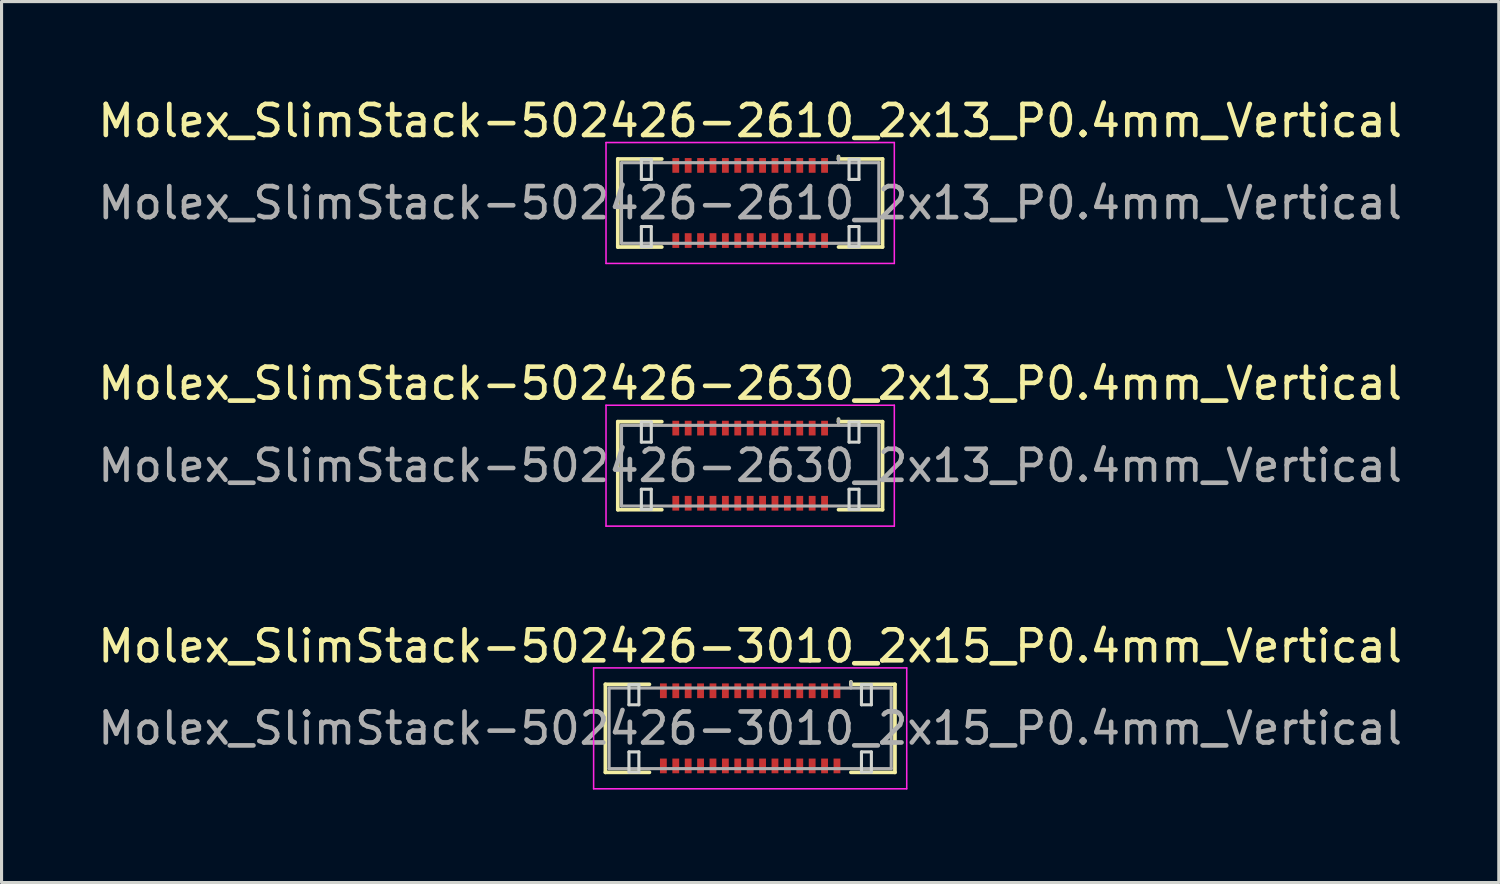
<source format=kicad_pcb>
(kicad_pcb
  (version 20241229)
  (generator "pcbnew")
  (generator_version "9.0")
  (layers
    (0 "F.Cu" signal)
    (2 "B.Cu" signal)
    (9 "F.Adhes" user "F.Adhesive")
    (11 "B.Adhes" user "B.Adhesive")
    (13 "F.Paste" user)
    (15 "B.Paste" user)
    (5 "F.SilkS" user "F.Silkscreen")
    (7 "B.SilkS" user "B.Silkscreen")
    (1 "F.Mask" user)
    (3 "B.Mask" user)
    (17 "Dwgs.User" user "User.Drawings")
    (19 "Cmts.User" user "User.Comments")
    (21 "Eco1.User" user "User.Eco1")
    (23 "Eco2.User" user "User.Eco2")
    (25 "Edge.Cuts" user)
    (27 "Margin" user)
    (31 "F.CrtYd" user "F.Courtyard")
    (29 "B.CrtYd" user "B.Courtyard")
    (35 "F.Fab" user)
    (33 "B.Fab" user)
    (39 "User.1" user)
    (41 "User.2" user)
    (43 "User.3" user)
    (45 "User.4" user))
  (footprint "Molex_SlimStack-502426-2630_2x13_P0.4mm_Vertical"
    (layer "F.Cu")
    (at 21.149 11.972)
    (property "Reference" "Molex_SlimStack-502426-2630_2x13_P0.4mm_Vertical" (at 0 -2.65 0) (layer "F.SilkS") (effects (font (size 1 1) (thickness 0.15))))
    (attr smd)
    (fp_line (start -4.27 -1.42) (end -2.85 -1.42) (stroke (width 0.12) (type solid)) (layer "F.SilkS"))
    (fp_line (start -4.27 1.42) (end -4.27 -1.42) (stroke (width 0.12) (type solid)) (layer "F.SilkS"))
    (fp_line (start -2.85 1.42) (end -4.27 1.42) (stroke (width 0.12) (type solid)) (layer "F.SilkS"))
    (fp_line (start 2.85 -1.42) (end 2.85 -1.5) (stroke (width 0.12) (type solid)) (layer "F.SilkS"))
    (fp_line (start 2.85 1.42) (end 4.27 1.42) (stroke (width 0.12) (type solid)) (layer "F.SilkS"))
    (fp_line (start 4.27 -1.42) (end 2.85 -1.42) (stroke (width 0.12) (type solid)) (layer "F.SilkS"))
    (fp_line (start 4.27 1.42) (end 4.27 -1.42) (stroke (width 0.12) (type solid)) (layer "F.SilkS"))
    (fp_line (start -3.51 -1.41) (end -3.51 -0.76) (stroke (width 0.1) (type solid)) (layer "Edge.Cuts"))
    (fp_line (start -3.51 -0.76) (end -3.19 -0.76) (stroke (width 0.1) (type solid)) (layer "Edge.Cuts"))
    (fp_line (start -3.51 0.76) (end -3.51 1.41) (stroke (width 0.1) (type solid)) (layer "Edge.Cuts"))
    (fp_line (start -3.51 1.41) (end -3.19 1.41) (stroke (width 0.1) (type solid)) (layer "Edge.Cuts"))
    (fp_line (start -3.19 -1.41) (end -3.51 -1.41) (stroke (width 0.1) (type solid)) (layer "Edge.Cuts"))
    (fp_line (start -3.19 -0.76) (end -3.19 -1.41) (stroke (width 0.1) (type solid)) (layer "Edge.Cuts"))
    (fp_line (start -3.19 0.76) (end -3.51 0.76) (stroke (width 0.1) (type solid)) (layer "Edge.Cuts"))
    (fp_line (start -3.19 1.41) (end -3.19 0.76) (stroke (width 0.1) (type solid)) (layer "Edge.Cuts"))
    (fp_line (start 3.19 -1.41) (end 3.19 -0.76) (stroke (width 0.1) (type solid)) (layer "Edge.Cuts"))
    (fp_line (start 3.19 -0.76) (end 3.51 -0.76) (stroke (width 0.1) (type solid)) (layer "Edge.Cuts"))
    (fp_line (start 3.19 0.76) (end 3.19 1.41) (stroke (width 0.1) (type solid)) (layer "Edge.Cuts"))
    (fp_line (start 3.19 1.41) (end 3.51 1.41) (stroke (width 0.1) (type solid)) (layer "Edge.Cuts"))
    (fp_line (start 3.51 -1.41) (end 3.19 -1.41) (stroke (width 0.1) (type solid)) (layer "Edge.Cuts"))
    (fp_line (start 3.51 -0.76) (end 3.51 -1.41) (stroke (width 0.1) (type solid)) (layer "Edge.Cuts"))
    (fp_line (start 3.51 0.76) (end 3.19 0.76) (stroke (width 0.1) (type solid)) (layer "Edge.Cuts"))
    (fp_line (start 3.51 1.41) (end 3.51 0.76) (stroke (width 0.1) (type solid)) (layer "Edge.Cuts"))
    (fp_line (start -4.65 -1.95) (end -4.65 1.95) (stroke (width 0.05) (type solid)) (layer "F.CrtYd"))
    (fp_line (start -4.65 1.95) (end 4.65 1.95) (stroke (width 0.05) (type solid)) (layer "F.CrtYd"))
    (fp_line (start 4.65 -1.95) (end -4.65 -1.95) (stroke (width 0.05) (type solid)) (layer "F.CrtYd"))
    (fp_line (start 4.65 1.95) (end 4.65 -1.95) (stroke (width 0.05) (type solid)) (layer "F.CrtYd"))
    (fp_line (start -4.15 -1.3) (end -4.15 1.3) (stroke (width 0.1) (type solid)) (layer "F.Fab"))
    (fp_line (start -4.15 1.3) (end 4.15 1.3) (stroke (width 0.1) (type solid)) (layer "F.Fab"))
    (fp_line (start 2.85 -1.3) (end 2.85 -1.5) (stroke (width 0.1) (type solid)) (layer "F.Fab"))
    (fp_line (start 4.15 -1.3) (end -4.15 -1.3) (stroke (width 0.1) (type solid)) (layer "F.Fab"))
    (fp_line (start 4.15 1.3) (end 4.15 -1.3) (stroke (width 0.1) (type solid)) (layer "F.Fab"))
    (fp_text user "${REFERENCE}" (at 0 0 0) (layer "F.Fab") (effects (font (size 1 1) (thickness 0.15))))
    (pad "1" smd rect (at 2.4 -1.212) (size 0.22 0.475) (layers "F.Cu" "F.Mask" "F.Paste"))
    (pad "2" smd rect (at 2.4 1.212) (size 0.22 0.475) (layers "F.Cu" "F.Mask" "F.Paste"))
    (pad "3" smd rect (at 2 -1.212) (size 0.22 0.475) (layers "F.Cu" "F.Mask" "F.Paste"))
    (pad "4" smd rect (at 2 1.212) (size 0.22 0.475) (layers "F.Cu" "F.Mask" "F.Paste"))
    (pad "5" smd rect (at 1.6 -1.212) (size 0.22 0.475) (layers "F.Cu" "F.Mask" "F.Paste"))
    (pad "6" smd rect (at 1.6 1.212) (size 0.22 0.475) (layers "F.Cu" "F.Mask" "F.Paste"))
    (pad "7" smd rect (at 1.2 -1.212) (size 0.22 0.475) (layers "F.Cu" "F.Mask" "F.Paste"))
    (pad "8" smd rect (at 1.2 1.212) (size 0.22 0.475) (layers "F.Cu" "F.Mask" "F.Paste"))
    (pad "9" smd rect (at 0.8 -1.212) (size 0.22 0.475) (layers "F.Cu" "F.Mask" "F.Paste"))
    (pad "10" smd rect (at 0.8 1.212) (size 0.22 0.475) (layers "F.Cu" "F.Mask" "F.Paste"))
    (pad "11" smd rect (at 0.4 -1.212) (size 0.22 0.475) (layers "F.Cu" "F.Mask" "F.Paste"))
    (pad "12" smd rect (at 0.4 1.212) (size 0.22 0.475) (layers "F.Cu" "F.Mask" "F.Paste"))
    (pad "13" smd rect (at 0 -1.212) (size 0.22 0.475) (layers "F.Cu" "F.Mask" "F.Paste"))
    (pad "14" smd rect (at 0 1.212) (size 0.22 0.475) (layers "F.Cu" "F.Mask" "F.Paste"))
    (pad "15" smd rect (at -0.4 -1.212) (size 0.22 0.475) (layers "F.Cu" "F.Mask" "F.Paste"))
    (pad "16" smd rect (at -0.4 1.212) (size 0.22 0.475) (layers "F.Cu" "F.Mask" "F.Paste"))
    (pad "17" smd rect (at -0.8 -1.212) (size 0.22 0.475) (layers "F.Cu" "F.Mask" "F.Paste"))
    (pad "18" smd rect (at -0.8 1.212) (size 0.22 0.475) (layers "F.Cu" "F.Mask" "F.Paste"))
    (pad "19" smd rect (at -1.2 -1.212) (size 0.22 0.475) (layers "F.Cu" "F.Mask" "F.Paste"))
    (pad "20" smd rect (at -1.2 1.212) (size 0.22 0.475) (layers "F.Cu" "F.Mask" "F.Paste"))
    (pad "21" smd rect (at -1.6 -1.212) (size 0.22 0.475) (layers "F.Cu" "F.Mask" "F.Paste"))
    (pad "22" smd rect (at -1.6 1.212) (size 0.22 0.475) (layers "F.Cu" "F.Mask" "F.Paste"))
    (pad "23" smd rect (at -2 -1.212) (size 0.22 0.475) (layers "F.Cu" "F.Mask" "F.Paste"))
    (pad "24" smd rect (at -2 1.212) (size 0.22 0.475) (layers "F.Cu" "F.Mask" "F.Paste"))
    (pad "25" smd rect (at -2.4 -1.212) (size 0.22 0.475) (layers "F.Cu" "F.Mask" "F.Paste"))
    (pad "26" smd rect (at -2.4 1.212) (size 0.22 0.475) (layers "F.Cu" "F.Mask" "F.Paste")))
  (footprint "Molex_SlimStack-502426-3010_2x15_P0.4mm_Vertical"
    (layer "F.Cu")
    (at 21.149 20.445)
    (property "Reference" "Molex_SlimStack-502426-3010_2x15_P0.4mm_Vertical" (at 0 -2.65 0) (layer "F.SilkS") (effects (font (size 1 1) (thickness 0.15))))
    (attr smd)
    (fp_line (start -4.67 -1.42) (end -3.25 -1.42) (stroke (width 0.12) (type solid)) (layer "F.SilkS"))
    (fp_line (start -4.67 1.42) (end -4.67 -1.42) (stroke (width 0.12) (type solid)) (layer "F.SilkS"))
    (fp_line (start -3.25 1.42) (end -4.67 1.42) (stroke (width 0.12) (type solid)) (layer "F.SilkS"))
    (fp_line (start 3.25 -1.42) (end 3.25 -1.5) (stroke (width 0.12) (type solid)) (layer "F.SilkS"))
    (fp_line (start 3.25 1.42) (end 4.67 1.42) (stroke (width 0.12) (type solid)) (layer "F.SilkS"))
    (fp_line (start 4.67 -1.42) (end 3.25 -1.42) (stroke (width 0.12) (type solid)) (layer "F.SilkS"))
    (fp_line (start 4.67 1.42) (end 4.67 -1.42) (stroke (width 0.12) (type solid)) (layer "F.SilkS"))
    (fp_line (start -3.91 -1.41) (end -3.91 -0.76) (stroke (width 0.1) (type solid)) (layer "Edge.Cuts"))
    (fp_line (start -3.91 -0.76) (end -3.59 -0.76) (stroke (width 0.1) (type solid)) (layer "Edge.Cuts"))
    (fp_line (start -3.91 0.76) (end -3.91 1.41) (stroke (width 0.1) (type solid)) (layer "Edge.Cuts"))
    (fp_line (start -3.91 1.41) (end -3.59 1.41) (stroke (width 0.1) (type solid)) (layer "Edge.Cuts"))
    (fp_line (start -3.59 -1.41) (end -3.91 -1.41) (stroke (width 0.1) (type solid)) (layer "Edge.Cuts"))
    (fp_line (start -3.59 -0.76) (end -3.59 -1.41) (stroke (width 0.1) (type solid)) (layer "Edge.Cuts"))
    (fp_line (start -3.59 0.76) (end -3.91 0.76) (stroke (width 0.1) (type solid)) (layer "Edge.Cuts"))
    (fp_line (start -3.59 1.41) (end -3.59 0.76) (stroke (width 0.1) (type solid)) (layer "Edge.Cuts"))
    (fp_line (start 3.59 -1.41) (end 3.59 -0.76) (stroke (width 0.1) (type solid)) (layer "Edge.Cuts"))
    (fp_line (start 3.59 -0.76) (end 3.91 -0.76) (stroke (width 0.1) (type solid)) (layer "Edge.Cuts"))
    (fp_line (start 3.59 0.76) (end 3.59 1.41) (stroke (width 0.1) (type solid)) (layer "Edge.Cuts"))
    (fp_line (start 3.59 1.41) (end 3.91 1.41) (stroke (width 0.1) (type solid)) (layer "Edge.Cuts"))
    (fp_line (start 3.91 -1.41) (end 3.59 -1.41) (stroke (width 0.1) (type solid)) (layer "Edge.Cuts"))
    (fp_line (start 3.91 -0.76) (end 3.91 -1.41) (stroke (width 0.1) (type solid)) (layer "Edge.Cuts"))
    (fp_line (start 3.91 0.76) (end 3.59 0.76) (stroke (width 0.1) (type solid)) (layer "Edge.Cuts"))
    (fp_line (start 3.91 1.41) (end 3.91 0.76) (stroke (width 0.1) (type solid)) (layer "Edge.Cuts"))
    (fp_line (start -5.05 -1.95) (end -5.05 1.95) (stroke (width 0.05) (type solid)) (layer "F.CrtYd"))
    (fp_line (start -5.05 1.95) (end 5.05 1.95) (stroke (width 0.05) (type solid)) (layer "F.CrtYd"))
    (fp_line (start 5.05 -1.95) (end -5.05 -1.95) (stroke (width 0.05) (type solid)) (layer "F.CrtYd"))
    (fp_line (start 5.05 1.95) (end 5.05 -1.95) (stroke (width 0.05) (type solid)) (layer "F.CrtYd"))
    (fp_line (start -4.55 -1.3) (end -4.55 1.3) (stroke (width 0.1) (type solid)) (layer "F.Fab"))
    (fp_line (start -4.55 1.3) (end 4.55 1.3) (stroke (width 0.1) (type solid)) (layer "F.Fab"))
    (fp_line (start 3.25 -1.3) (end 3.25 -1.5) (stroke (width 0.1) (type solid)) (layer "F.Fab"))
    (fp_line (start 4.55 -1.3) (end -4.55 -1.3) (stroke (width 0.1) (type solid)) (layer "F.Fab"))
    (fp_line (start 4.55 1.3) (end 4.55 -1.3) (stroke (width 0.1) (type solid)) (layer "F.Fab"))
    (fp_text user "${REFERENCE}" (at 0 0 0) (layer "F.Fab") (effects (font (size 1 1) (thickness 0.15))))
    (pad "1" smd rect (at 2.8 -1.212) (size 0.22 0.475) (layers "F.Cu" "F.Mask" "F.Paste"))
    (pad "2" smd rect (at 2.8 1.212) (size 0.22 0.475) (layers "F.Cu" "F.Mask" "F.Paste"))
    (pad "3" smd rect (at 2.4 -1.212) (size 0.22 0.475) (layers "F.Cu" "F.Mask" "F.Paste"))
    (pad "4" smd rect (at 2.4 1.212) (size 0.22 0.475) (layers "F.Cu" "F.Mask" "F.Paste"))
    (pad "5" smd rect (at 2 -1.212) (size 0.22 0.475) (layers "F.Cu" "F.Mask" "F.Paste"))
    (pad "6" smd rect (at 2 1.212) (size 0.22 0.475) (layers "F.Cu" "F.Mask" "F.Paste"))
    (pad "7" smd rect (at 1.6 -1.212) (size 0.22 0.475) (layers "F.Cu" "F.Mask" "F.Paste"))
    (pad "8" smd rect (at 1.6 1.212) (size 0.22 0.475) (layers "F.Cu" "F.Mask" "F.Paste"))
    (pad "9" smd rect (at 1.2 -1.212) (size 0.22 0.475) (layers "F.Cu" "F.Mask" "F.Paste"))
    (pad "10" smd rect (at 1.2 1.212) (size 0.22 0.475) (layers "F.Cu" "F.Mask" "F.Paste"))
    (pad "11" smd rect (at 0.8 -1.212) (size 0.22 0.475) (layers "F.Cu" "F.Mask" "F.Paste"))
    (pad "12" smd rect (at 0.8 1.212) (size 0.22 0.475) (layers "F.Cu" "F.Mask" "F.Paste"))
    (pad "13" smd rect (at 0.4 -1.212) (size 0.22 0.475) (layers "F.Cu" "F.Mask" "F.Paste"))
    (pad "14" smd rect (at 0.4 1.212) (size 0.22 0.475) (layers "F.Cu" "F.Mask" "F.Paste"))
    (pad "15" smd rect (at 0 -1.212) (size 0.22 0.475) (layers "F.Cu" "F.Mask" "F.Paste"))
    (pad "16" smd rect (at 0 1.212) (size 0.22 0.475) (layers "F.Cu" "F.Mask" "F.Paste"))
    (pad "17" smd rect (at -0.4 -1.212) (size 0.22 0.475) (layers "F.Cu" "F.Mask" "F.Paste"))
    (pad "18" smd rect (at -0.4 1.212) (size 0.22 0.475) (layers "F.Cu" "F.Mask" "F.Paste"))
    (pad "19" smd rect (at -0.8 -1.212) (size 0.22 0.475) (layers "F.Cu" "F.Mask" "F.Paste"))
    (pad "20" smd rect (at -0.8 1.212) (size 0.22 0.475) (layers "F.Cu" "F.Mask" "F.Paste"))
    (pad "21" smd rect (at -1.2 -1.212) (size 0.22 0.475) (layers "F.Cu" "F.Mask" "F.Paste"))
    (pad "22" smd rect (at -1.2 1.212) (size 0.22 0.475) (layers "F.Cu" "F.Mask" "F.Paste"))
    (pad "23" smd rect (at -1.6 -1.212) (size 0.22 0.475) (layers "F.Cu" "F.Mask" "F.Paste"))
    (pad "24" smd rect (at -1.6 1.212) (size 0.22 0.475) (layers "F.Cu" "F.Mask" "F.Paste"))
    (pad "25" smd rect (at -2 -1.212) (size 0.22 0.475) (layers "F.Cu" "F.Mask" "F.Paste"))
    (pad "26" smd rect (at -2 1.212) (size 0.22 0.475) (layers "F.Cu" "F.Mask" "F.Paste"))
    (pad "27" smd rect (at -2.4 -1.212) (size 0.22 0.475) (layers "F.Cu" "F.Mask" "F.Paste"))
    (pad "28" smd rect (at -2.4 1.212) (size 0.22 0.475) (layers "F.Cu" "F.Mask" "F.Paste"))
    (pad "29" smd rect (at -2.8 -1.212) (size 0.22 0.475) (layers "F.Cu" "F.Mask" "F.Paste"))
    (pad "30" smd rect (at -2.8 1.212) (size 0.22 0.475) (layers "F.Cu" "F.Mask" "F.Paste")))
  (footprint "Molex_SlimStack-502426-2610_2x13_P0.4mm_Vertical"
    (layer "F.Cu")
    (at 21.149 3.498)
    (property "Reference" "Molex_SlimStack-502426-2610_2x13_P0.4mm_Vertical" (at 0 -2.65 0) (layer "F.SilkS") (effects (font (size 1 1) (thickness 0.15))))
    (attr smd)
    (fp_line (start -4.27 -1.42) (end -2.85 -1.42) (stroke (width 0.12) (type solid)) (layer "F.SilkS"))
    (fp_line (start -4.27 1.42) (end -4.27 -1.42) (stroke (width 0.12) (type solid)) (layer "F.SilkS"))
    (fp_line (start -2.85 1.42) (end -4.27 1.42) (stroke (width 0.12) (type solid)) (layer "F.SilkS"))
    (fp_line (start 2.85 -1.42) (end 2.85 -1.5) (stroke (width 0.12) (type solid)) (layer "F.SilkS"))
    (fp_line (start 2.85 1.42) (end 4.27 1.42) (stroke (width 0.12) (type solid)) (layer "F.SilkS"))
    (fp_line (start 4.27 -1.42) (end 2.85 -1.42) (stroke (width 0.12) (type solid)) (layer "F.SilkS"))
    (fp_line (start 4.27 1.42) (end 4.27 -1.42) (stroke (width 0.12) (type solid)) (layer "F.SilkS"))
    (fp_line (start -3.51 -1.41) (end -3.51 -0.76) (stroke (width 0.1) (type solid)) (layer "Edge.Cuts"))
    (fp_line (start -3.51 -0.76) (end -3.19 -0.76) (stroke (width 0.1) (type solid)) (layer "Edge.Cuts"))
    (fp_line (start -3.51 0.76) (end -3.51 1.41) (stroke (width 0.1) (type solid)) (layer "Edge.Cuts"))
    (fp_line (start -3.51 1.41) (end -3.19 1.41) (stroke (width 0.1) (type solid)) (layer "Edge.Cuts"))
    (fp_line (start -3.19 -1.41) (end -3.51 -1.41) (stroke (width 0.1) (type solid)) (layer "Edge.Cuts"))
    (fp_line (start -3.19 -0.76) (end -3.19 -1.41) (stroke (width 0.1) (type solid)) (layer "Edge.Cuts"))
    (fp_line (start -3.19 0.76) (end -3.51 0.76) (stroke (width 0.1) (type solid)) (layer "Edge.Cuts"))
    (fp_line (start -3.19 1.41) (end -3.19 0.76) (stroke (width 0.1) (type solid)) (layer "Edge.Cuts"))
    (fp_line (start 3.19 -1.41) (end 3.19 -0.76) (stroke (width 0.1) (type solid)) (layer "Edge.Cuts"))
    (fp_line (start 3.19 -0.76) (end 3.51 -0.76) (stroke (width 0.1) (type solid)) (layer "Edge.Cuts"))
    (fp_line (start 3.19 0.76) (end 3.19 1.41) (stroke (width 0.1) (type solid)) (layer "Edge.Cuts"))
    (fp_line (start 3.19 1.41) (end 3.51 1.41) (stroke (width 0.1) (type solid)) (layer "Edge.Cuts"))
    (fp_line (start 3.51 -1.41) (end 3.19 -1.41) (stroke (width 0.1) (type solid)) (layer "Edge.Cuts"))
    (fp_line (start 3.51 -0.76) (end 3.51 -1.41) (stroke (width 0.1) (type solid)) (layer "Edge.Cuts"))
    (fp_line (start 3.51 0.76) (end 3.19 0.76) (stroke (width 0.1) (type solid)) (layer "Edge.Cuts"))
    (fp_line (start 3.51 1.41) (end 3.51 0.76) (stroke (width 0.1) (type solid)) (layer "Edge.Cuts"))
    (fp_line (start -4.65 -1.95) (end -4.65 1.95) (stroke (width 0.05) (type solid)) (layer "F.CrtYd"))
    (fp_line (start -4.65 1.95) (end 4.65 1.95) (stroke (width 0.05) (type solid)) (layer "F.CrtYd"))
    (fp_line (start 4.65 -1.95) (end -4.65 -1.95) (stroke (width 0.05) (type solid)) (layer "F.CrtYd"))
    (fp_line (start 4.65 1.95) (end 4.65 -1.95) (stroke (width 0.05) (type solid)) (layer "F.CrtYd"))
    (fp_line (start -4.15 -1.3) (end -4.15 1.3) (stroke (width 0.1) (type solid)) (layer "F.Fab"))
    (fp_line (start -4.15 1.3) (end 4.15 1.3) (stroke (width 0.1) (type solid)) (layer "F.Fab"))
    (fp_line (start 2.85 -1.3) (end 2.85 -1.5) (stroke (width 0.1) (type solid)) (layer "F.Fab"))
    (fp_line (start 4.15 -1.3) (end -4.15 -1.3) (stroke (width 0.1) (type solid)) (layer "F.Fab"))
    (fp_line (start 4.15 1.3) (end 4.15 -1.3) (stroke (width 0.1) (type solid)) (layer "F.Fab"))
    (fp_text user "${REFERENCE}" (at 0 0 0) (layer "F.Fab") (effects (font (size 1 1) (thickness 0.15))))
    (pad "1" smd rect (at 2.4 -1.212) (size 0.22 0.475) (layers "F.Cu" "F.Mask" "F.Paste"))
    (pad "2" smd rect (at 2.4 1.212) (size 0.22 0.475) (layers "F.Cu" "F.Mask" "F.Paste"))
    (pad "3" smd rect (at 2 -1.212) (size 0.22 0.475) (layers "F.Cu" "F.Mask" "F.Paste"))
    (pad "4" smd rect (at 2 1.212) (size 0.22 0.475) (layers "F.Cu" "F.Mask" "F.Paste"))
    (pad "5" smd rect (at 1.6 -1.212) (size 0.22 0.475) (layers "F.Cu" "F.Mask" "F.Paste"))
    (pad "6" smd rect (at 1.6 1.212) (size 0.22 0.475) (layers "F.Cu" "F.Mask" "F.Paste"))
    (pad "7" smd rect (at 1.2 -1.212) (size 0.22 0.475) (layers "F.Cu" "F.Mask" "F.Paste"))
    (pad "8" smd rect (at 1.2 1.212) (size 0.22 0.475) (layers "F.Cu" "F.Mask" "F.Paste"))
    (pad "9" smd rect (at 0.8 -1.212) (size 0.22 0.475) (layers "F.Cu" "F.Mask" "F.Paste"))
    (pad "10" smd rect (at 0.8 1.212) (size 0.22 0.475) (layers "F.Cu" "F.Mask" "F.Paste"))
    (pad "11" smd rect (at 0.4 -1.212) (size 0.22 0.475) (layers "F.Cu" "F.Mask" "F.Paste"))
    (pad "12" smd rect (at 0.4 1.212) (size 0.22 0.475) (layers "F.Cu" "F.Mask" "F.Paste"))
    (pad "13" smd rect (at 0 -1.212) (size 0.22 0.475) (layers "F.Cu" "F.Mask" "F.Paste"))
    (pad "14" smd rect (at 0 1.212) (size 0.22 0.475) (layers "F.Cu" "F.Mask" "F.Paste"))
    (pad "15" smd rect (at -0.4 -1.212) (size 0.22 0.475) (layers "F.Cu" "F.Mask" "F.Paste"))
    (pad "16" smd rect (at -0.4 1.212) (size 0.22 0.475) (layers "F.Cu" "F.Mask" "F.Paste"))
    (pad "17" smd rect (at -0.8 -1.212) (size 0.22 0.475) (layers "F.Cu" "F.Mask" "F.Paste"))
    (pad "18" smd rect (at -0.8 1.212) (size 0.22 0.475) (layers "F.Cu" "F.Mask" "F.Paste"))
    (pad "19" smd rect (at -1.2 -1.212) (size 0.22 0.475) (layers "F.Cu" "F.Mask" "F.Paste"))
    (pad "20" smd rect (at -1.2 1.212) (size 0.22 0.475) (layers "F.Cu" "F.Mask" "F.Paste"))
    (pad "21" smd rect (at -1.6 -1.212) (size 0.22 0.475) (layers "F.Cu" "F.Mask" "F.Paste"))
    (pad "22" smd rect (at -1.6 1.212) (size 0.22 0.475) (layers "F.Cu" "F.Mask" "F.Paste"))
    (pad "23" smd rect (at -2 -1.212) (size 0.22 0.475) (layers "F.Cu" "F.Mask" "F.Paste"))
    (pad "24" smd rect (at -2 1.212) (size 0.22 0.475) (layers "F.Cu" "F.Mask" "F.Paste"))
    (pad "25" smd rect (at -2.4 -1.212) (size 0.22 0.475) (layers "F.Cu" "F.Mask" "F.Paste"))
    (pad "26" smd rect (at -2.4 1.212) (size 0.22 0.475) (layers "F.Cu" "F.Mask" "F.Paste")))
  (gr_rect
    (start -3 -3)
    (end 45.298 25.42)
    (stroke (width 0.1) (type default))
    (fill no)
    (layer "Edge.Cuts")))
</source>
